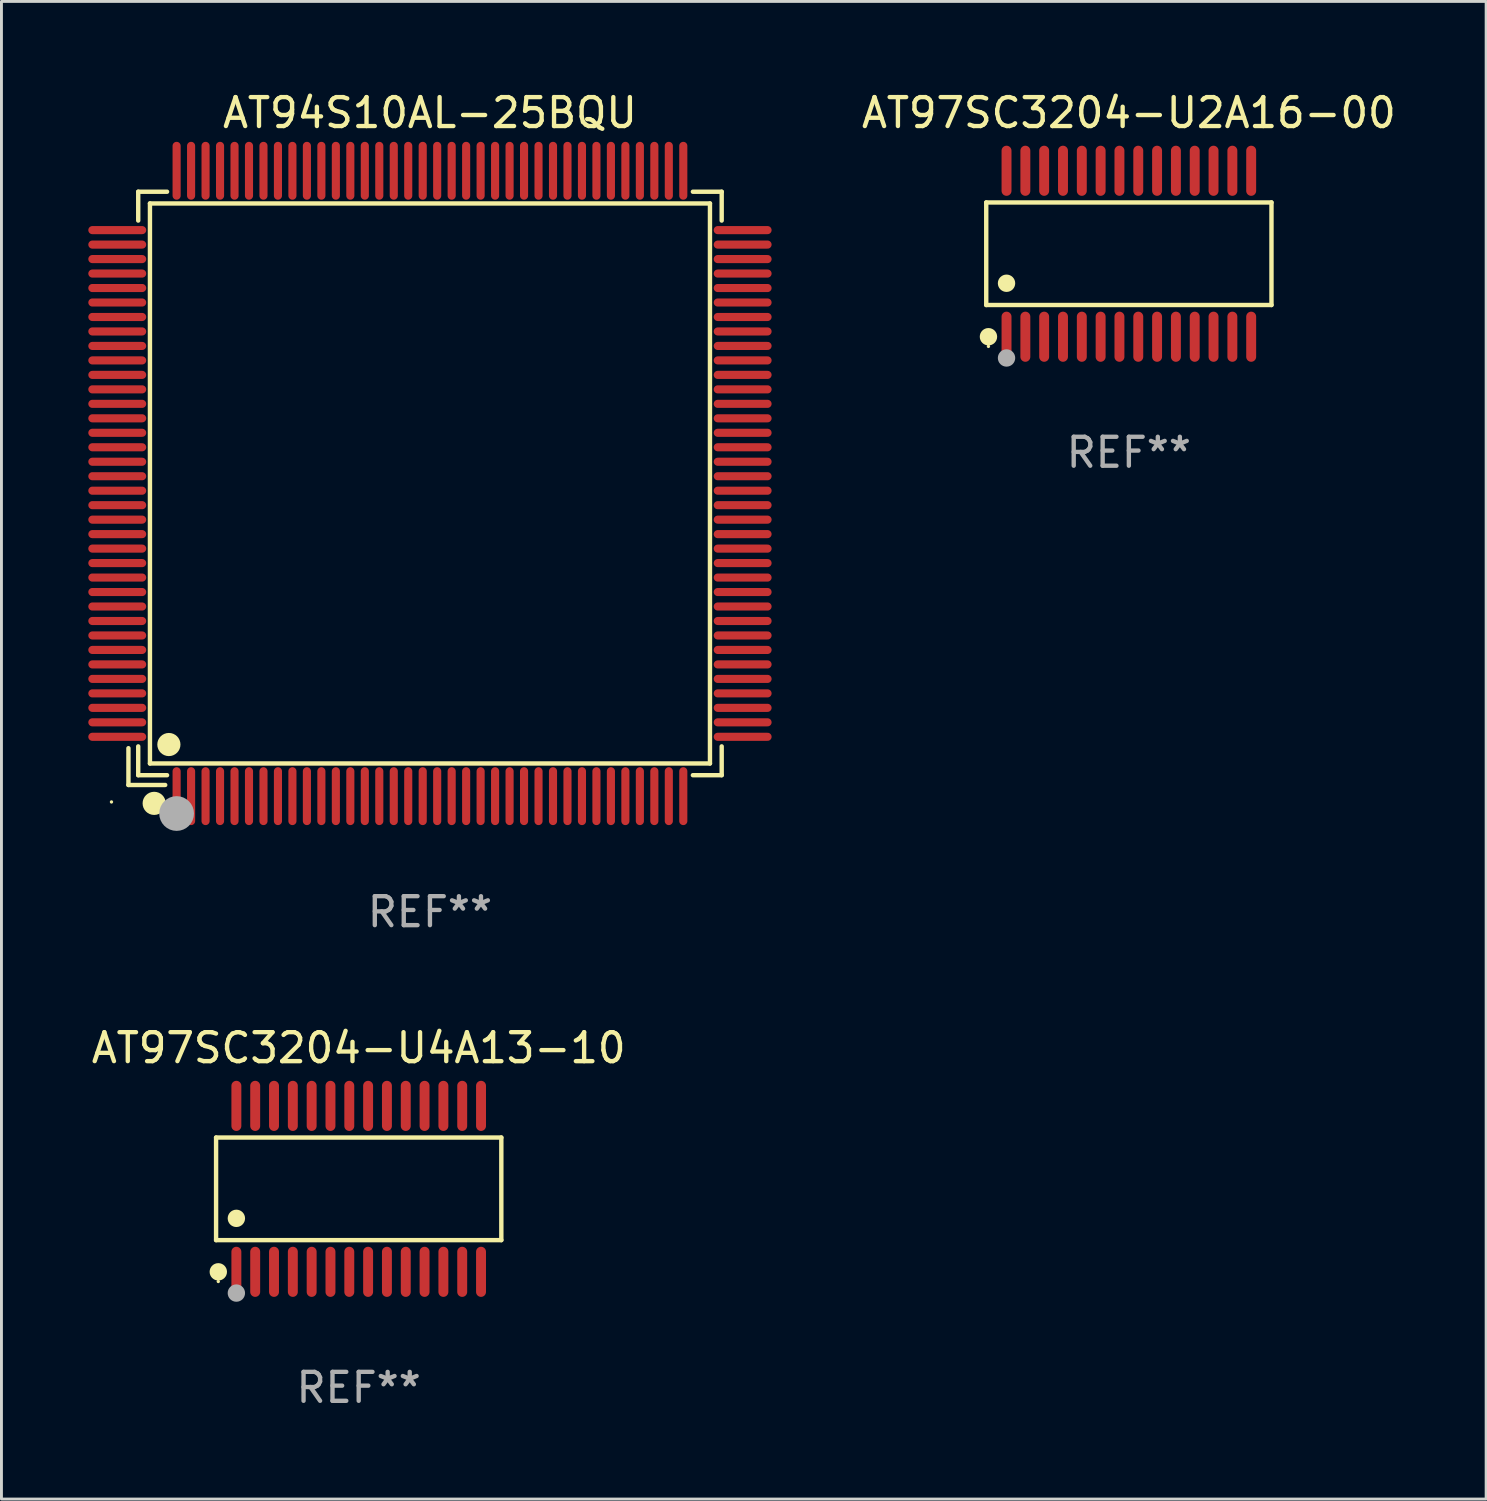
<source format=kicad_pcb>
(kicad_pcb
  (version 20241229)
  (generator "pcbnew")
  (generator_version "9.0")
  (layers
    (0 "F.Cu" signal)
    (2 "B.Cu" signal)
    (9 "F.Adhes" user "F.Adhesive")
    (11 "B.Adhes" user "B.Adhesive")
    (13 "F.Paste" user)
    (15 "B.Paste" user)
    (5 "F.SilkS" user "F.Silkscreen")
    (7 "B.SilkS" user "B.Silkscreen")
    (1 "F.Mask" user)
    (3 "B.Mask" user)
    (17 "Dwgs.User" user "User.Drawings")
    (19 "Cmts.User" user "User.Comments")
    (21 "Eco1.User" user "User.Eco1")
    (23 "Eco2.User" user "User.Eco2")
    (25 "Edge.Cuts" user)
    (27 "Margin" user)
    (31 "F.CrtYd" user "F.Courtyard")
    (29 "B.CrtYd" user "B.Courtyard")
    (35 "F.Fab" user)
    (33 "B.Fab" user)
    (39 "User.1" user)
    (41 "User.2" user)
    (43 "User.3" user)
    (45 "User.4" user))
  (footprint "AT97SC3204-U2A16-00"
    (layer "F.Cu")
    (at 35.939 5.714)
    (property "Reference" "AT97SC3204-U2A16-00" (at 0 -4.866 0) (layer "F.SilkS") (effects (font (size 1 1) (thickness 0.15))))
    (attr through_hole)
    (fp_line (start -4.926 -1.772) (end 4.926 -1.772) (stroke (width 0.152) (type solid)) (layer "F.SilkS"))
    (fp_line (start -4.926 1.771) (end -4.926 -1.772) (stroke (width 0.152) (type solid)) (layer "F.SilkS"))
    (fp_line (start 4.926 -1.772) (end 4.926 1.771) (stroke (width 0.152) (type solid)) (layer "F.SilkS"))
    (fp_line (start 4.926 1.771) (end -4.926 1.771) (stroke (width 0.152) (type solid)) (layer "F.SilkS"))
    (fp_circle (center -4.85 3.2) (end -4.82 3.2) (stroke (width 0.06) (type solid)) (fill no) (layer "F.SilkS"))
    (fp_circle (center -4.849 2.866) (end -4.699 2.866) (stroke (width 0.3) (type solid)) (fill no) (layer "F.SilkS"))
    (fp_circle (center -4.225 1.019) (end -4.075 1.019) (stroke (width 0.3) (type solid)) (fill no) (layer "F.SilkS"))
    (fp_circle (center -4.225 3.6) (end -4.075 3.6) (stroke (width 0.3) (type solid)) (fill no) (layer "F.Fab"))
    (fp_text user "REF**" (at 0 6.866 0) (layer "F.Fab") (effects (font (size 1 1) (thickness 0.15))))
    (pad "1" smd oval (at -4.225 2.866) (size 0.343 1.731) (layers "F.Cu" "F.Mask" "F.Paste"))
    (pad "2" smd oval (at -3.575 2.866) (size 0.343 1.731) (layers "F.Cu" "F.Mask" "F.Paste"))
    (pad "3" smd oval (at -2.925 2.866) (size 0.343 1.731) (layers "F.Cu" "F.Mask" "F.Paste"))
    (pad "4" smd oval (at -2.275 2.866) (size 0.343 1.731) (layers "F.Cu" "F.Mask" "F.Paste"))
    (pad "5" smd oval (at -1.625 2.866) (size 0.343 1.731) (layers "F.Cu" "F.Mask" "F.Paste"))
    (pad "6" smd oval (at -0.975 2.866) (size 0.343 1.731) (layers "F.Cu" "F.Mask" "F.Paste"))
    (pad "7" smd oval (at -0.325 2.866) (size 0.343 1.731) (layers "F.Cu" "F.Mask" "F.Paste"))
    (pad "8" smd oval (at 0.325 2.866) (size 0.343 1.731) (layers "F.Cu" "F.Mask" "F.Paste"))
    (pad "9" smd oval (at 0.975 2.866) (size 0.343 1.731) (layers "F.Cu" "F.Mask" "F.Paste"))
    (pad "10" smd oval (at 1.625 2.866) (size 0.343 1.731) (layers "F.Cu" "F.Mask" "F.Paste"))
    (pad "11" smd oval (at 2.275 2.866) (size 0.343 1.731) (layers "F.Cu" "F.Mask" "F.Paste"))
    (pad "12" smd oval (at 2.925 2.866) (size 0.343 1.731) (layers "F.Cu" "F.Mask" "F.Paste"))
    (pad "13" smd oval (at 3.575 2.866) (size 0.343 1.731) (layers "F.Cu" "F.Mask" "F.Paste"))
    (pad "14" smd oval (at 4.225 2.866) (size 0.343 1.731) (layers "F.Cu" "F.Mask" "F.Paste"))
    (pad "15" smd oval (at 4.225 -2.866) (size 0.343 1.731) (layers "F.Cu" "F.Mask" "F.Paste"))
    (pad "16" smd oval (at 3.575 -2.866) (size 0.343 1.731) (layers "F.Cu" "F.Mask" "F.Paste"))
    (pad "17" smd oval (at 2.925 -2.866) (size 0.343 1.731) (layers "F.Cu" "F.Mask" "F.Paste"))
    (pad "18" smd oval (at 2.275 -2.866) (size 0.343 1.731) (layers "F.Cu" "F.Mask" "F.Paste"))
    (pad "19" smd oval (at 1.625 -2.866) (size 0.343 1.731) (layers "F.Cu" "F.Mask" "F.Paste"))
    (pad "20" smd oval (at 0.975 -2.866) (size 0.343 1.731) (layers "F.Cu" "F.Mask" "F.Paste"))
    (pad "21" smd oval (at 0.325 -2.866) (size 0.343 1.731) (layers "F.Cu" "F.Mask" "F.Paste"))
    (pad "22" smd oval (at -0.325 -2.866) (size 0.343 1.731) (layers "F.Cu" "F.Mask" "F.Paste"))
    (pad "23" smd oval (at -0.975 -2.866) (size 0.343 1.731) (layers "F.Cu" "F.Mask" "F.Paste"))
    (pad "24" smd oval (at -1.625 -2.866) (size 0.343 1.731) (layers "F.Cu" "F.Mask" "F.Paste"))
    (pad "25" smd oval (at -2.275 -2.866) (size 0.343 1.731) (layers "F.Cu" "F.Mask" "F.Paste"))
    (pad "26" smd oval (at -2.925 -2.866) (size 0.343 1.731) (layers "F.Cu" "F.Mask" "F.Paste"))
    (pad "27" smd oval (at -3.575 -2.866) (size 0.343 1.731) (layers "F.Cu" "F.Mask" "F.Paste"))
    (pad "28" smd oval (at -4.225 -2.866) (size 0.343 1.731) (layers "F.Cu" "F.Mask" "F.Paste")))
  (footprint "AT97SC3204-U4A13-10"
    (layer "F.Cu")
    (at 9.339 38.011)
    (property "Reference" "AT97SC3204-U4A13-10" (at 0 -4.866 0) (layer "F.SilkS") (effects (font (size 1 1) (thickness 0.15))))
    (attr through_hole)
    (fp_line (start -4.926 -1.772) (end 4.926 -1.772) (stroke (width 0.152) (type solid)) (layer "F.SilkS"))
    (fp_line (start -4.926 1.771) (end -4.926 -1.772) (stroke (width 0.152) (type solid)) (layer "F.SilkS"))
    (fp_line (start 4.926 -1.772) (end 4.926 1.771) (stroke (width 0.152) (type solid)) (layer "F.SilkS"))
    (fp_line (start 4.926 1.771) (end -4.926 1.771) (stroke (width 0.152) (type solid)) (layer "F.SilkS"))
    (fp_circle (center -4.85 3.2) (end -4.82 3.2) (stroke (width 0.06) (type solid)) (fill no) (layer "F.SilkS"))
    (fp_circle (center -4.849 2.866) (end -4.699 2.866) (stroke (width 0.3) (type solid)) (fill no) (layer "F.SilkS"))
    (fp_circle (center -4.225 1.019) (end -4.075 1.019) (stroke (width 0.3) (type solid)) (fill no) (layer "F.SilkS"))
    (fp_circle (center -4.225 3.6) (end -4.075 3.6) (stroke (width 0.3) (type solid)) (fill no) (layer "F.Fab"))
    (fp_text user "REF**" (at 0 6.866 0) (layer "F.Fab") (effects (font (size 1 1) (thickness 0.15))))
    (pad "1" smd oval (at -4.225 2.866) (size 0.343 1.731) (layers "F.Cu" "F.Mask" "F.Paste"))
    (pad "2" smd oval (at -3.575 2.866) (size 0.343 1.731) (layers "F.Cu" "F.Mask" "F.Paste"))
    (pad "3" smd oval (at -2.925 2.866) (size 0.343 1.731) (layers "F.Cu" "F.Mask" "F.Paste"))
    (pad "4" smd oval (at -2.275 2.866) (size 0.343 1.731) (layers "F.Cu" "F.Mask" "F.Paste"))
    (pad "5" smd oval (at -1.625 2.866) (size 0.343 1.731) (layers "F.Cu" "F.Mask" "F.Paste"))
    (pad "6" smd oval (at -0.975 2.866) (size 0.343 1.731) (layers "F.Cu" "F.Mask" "F.Paste"))
    (pad "7" smd oval (at -0.325 2.866) (size 0.343 1.731) (layers "F.Cu" "F.Mask" "F.Paste"))
    (pad "8" smd oval (at 0.325 2.866) (size 0.343 1.731) (layers "F.Cu" "F.Mask" "F.Paste"))
    (pad "9" smd oval (at 0.975 2.866) (size 0.343 1.731) (layers "F.Cu" "F.Mask" "F.Paste"))
    (pad "10" smd oval (at 1.625 2.866) (size 0.343 1.731) (layers "F.Cu" "F.Mask" "F.Paste"))
    (pad "11" smd oval (at 2.275 2.866) (size 0.343 1.731) (layers "F.Cu" "F.Mask" "F.Paste"))
    (pad "12" smd oval (at 2.925 2.866) (size 0.343 1.731) (layers "F.Cu" "F.Mask" "F.Paste"))
    (pad "13" smd oval (at 3.575 2.866) (size 0.343 1.731) (layers "F.Cu" "F.Mask" "F.Paste"))
    (pad "14" smd oval (at 4.225 2.866) (size 0.343 1.731) (layers "F.Cu" "F.Mask" "F.Paste"))
    (pad "15" smd oval (at 4.225 -2.866) (size 0.343 1.731) (layers "F.Cu" "F.Mask" "F.Paste"))
    (pad "16" smd oval (at 3.575 -2.866) (size 0.343 1.731) (layers "F.Cu" "F.Mask" "F.Paste"))
    (pad "17" smd oval (at 2.925 -2.866) (size 0.343 1.731) (layers "F.Cu" "F.Mask" "F.Paste"))
    (pad "18" smd oval (at 2.275 -2.866) (size 0.343 1.731) (layers "F.Cu" "F.Mask" "F.Paste"))
    (pad "19" smd oval (at 1.625 -2.866) (size 0.343 1.731) (layers "F.Cu" "F.Mask" "F.Paste"))
    (pad "20" smd oval (at 0.975 -2.866) (size 0.343 1.731) (layers "F.Cu" "F.Mask" "F.Paste"))
    (pad "21" smd oval (at 0.325 -2.866) (size 0.343 1.731) (layers "F.Cu" "F.Mask" "F.Paste"))
    (pad "22" smd oval (at -0.325 -2.866) (size 0.343 1.731) (layers "F.Cu" "F.Mask" "F.Paste"))
    (pad "23" smd oval (at -0.975 -2.866) (size 0.343 1.731) (layers "F.Cu" "F.Mask" "F.Paste"))
    (pad "24" smd oval (at -1.625 -2.866) (size 0.343 1.731) (layers "F.Cu" "F.Mask" "F.Paste"))
    (pad "25" smd oval (at -2.275 -2.866) (size 0.343 1.731) (layers "F.Cu" "F.Mask" "F.Paste"))
    (pad "26" smd oval (at -2.925 -2.866) (size 0.343 1.731) (layers "F.Cu" "F.Mask" "F.Paste"))
    (pad "27" smd oval (at -3.575 -2.866) (size 0.343 1.731) (layers "F.Cu" "F.Mask" "F.Paste"))
    (pad "28" smd oval (at -4.225 -2.866) (size 0.343 1.731) (layers "F.Cu" "F.Mask" "F.Paste")))
  (footprint "AT94S10AL-25BQU"
    (layer "F.Cu")
    (at 11.8 13.648)
    (property "Reference" "AT94S10AL-25BQU" (at 0 -12.8 0) (layer "F.SilkS") (effects (font (size 1 1) (thickness 0.15))))
    (attr through_hole)
    (fp_line (start -10.414 9.144) (end -10.414 10.414) (stroke (width 0.152) (type solid)) (layer "F.SilkS"))
    (fp_line (start -10.414 10.414) (end -9.144 10.414) (stroke (width 0.152) (type solid)) (layer "F.SilkS"))
    (fp_line (start -10.076 -10.076) (end -9.08 -10.076) (stroke (width 0.152) (type solid)) (layer "F.SilkS"))
    (fp_line (start -10.076 -9.08) (end -10.076 -10.076) (stroke (width 0.152) (type solid)) (layer "F.SilkS"))
    (fp_line (start -10.076 9.081) (end -10.076 10.076) (stroke (width 0.152) (type solid)) (layer "F.SilkS"))
    (fp_line (start -10.076 10.076) (end -9.08 10.076) (stroke (width 0.152) (type solid)) (layer "F.SilkS"))
    (fp_line (start -9.671 -9.671) (end 9.671 -9.671) (stroke (width 0.152) (type solid)) (layer "F.SilkS"))
    (fp_line (start -9.671 9.671) (end -9.671 -9.671) (stroke (width 0.152) (type solid)) (layer "F.SilkS"))
    (fp_line (start 9.671 -9.671) (end 9.671 9.671) (stroke (width 0.152) (type solid)) (layer "F.SilkS"))
    (fp_line (start 9.671 9.671) (end -9.671 9.671) (stroke (width 0.152) (type solid)) (layer "F.SilkS"))
    (fp_line (start 10.076 -10.076) (end 9.081 -10.076) (stroke (width 0.152) (type solid)) (layer "F.SilkS"))
    (fp_line (start 10.076 -9.08) (end 10.076 -10.076) (stroke (width 0.152) (type solid)) (layer "F.SilkS"))
    (fp_line (start 10.076 9.081) (end 10.076 10.076) (stroke (width 0.152) (type solid)) (layer "F.SilkS"))
    (fp_line (start 10.076 10.076) (end 9.081 10.076) (stroke (width 0.152) (type solid)) (layer "F.SilkS"))
    (fp_circle (center -11 11) (end -10.97 11) (stroke (width 0.06) (type solid)) (fill no) (layer "F.SilkS"))
    (fp_circle (center -9.525 11.049) (end -9.325 11.049) (stroke (width 0.4) (type solid)) (fill no) (layer "F.SilkS"))
    (fp_circle (center -9.017 9.017) (end -8.817 9.017) (stroke (width 0.4) (type solid)) (fill no) (layer "F.SilkS"))
    (fp_circle (center -8.75 11.4) (end -8.45 11.4) (stroke (width 0.6) (type solid)) (fill no) (layer "F.Fab"))
    (fp_text user "REF**" (at 0 14.8 0) (layer "F.Fab") (effects (font (size 1 1) (thickness 0.15))))
    (pad "1" smd oval (at -8.75 10.8) (size 0.28 2) (layers "F.Cu" "F.Mask" "F.Paste"))
    (pad "2" smd oval (at -8.25 10.8) (size 0.28 2) (layers "F.Cu" "F.Mask" "F.Paste"))
    (pad "3" smd oval (at -7.75 10.8) (size 0.28 2) (layers "F.Cu" "F.Mask" "F.Paste"))
    (pad "4" smd oval (at -7.25 10.8) (size 0.28 2) (layers "F.Cu" "F.Mask" "F.Paste"))
    (pad "5" smd oval (at -6.75 10.8) (size 0.28 2) (layers "F.Cu" "F.Mask" "F.Paste"))
    (pad "6" smd oval (at -6.25 10.8) (size 0.28 2) (layers "F.Cu" "F.Mask" "F.Paste"))
    (pad "7" smd oval (at -5.75 10.8) (size 0.28 2) (layers "F.Cu" "F.Mask" "F.Paste"))
    (pad "8" smd oval (at -5.25 10.8) (size 0.28 2) (layers "F.Cu" "F.Mask" "F.Paste"))
    (pad "9" smd oval (at -4.75 10.8) (size 0.28 2) (layers "F.Cu" "F.Mask" "F.Paste"))
    (pad "10" smd oval (at -4.25 10.8) (size 0.28 2) (layers "F.Cu" "F.Mask" "F.Paste"))
    (pad "11" smd oval (at -3.75 10.8) (size 0.28 2) (layers "F.Cu" "F.Mask" "F.Paste"))
    (pad "12" smd oval (at -3.25 10.8) (size 0.28 2) (layers "F.Cu" "F.Mask" "F.Paste"))
    (pad "13" smd oval (at -2.75 10.8) (size 0.28 2) (layers "F.Cu" "F.Mask" "F.Paste"))
    (pad "14" smd oval (at -2.25 10.8) (size 0.28 2) (layers "F.Cu" "F.Mask" "F.Paste"))
    (pad "15" smd oval (at -1.75 10.8) (size 0.28 2) (layers "F.Cu" "F.Mask" "F.Paste"))
    (pad "16" smd oval (at -1.25 10.8) (size 0.28 2) (layers "F.Cu" "F.Mask" "F.Paste"))
    (pad "17" smd oval (at -0.75 10.8) (size 0.28 2) (layers "F.Cu" "F.Mask" "F.Paste"))
    (pad "18" smd oval (at -0.25 10.8) (size 0.28 2) (layers "F.Cu" "F.Mask" "F.Paste"))
    (pad "19" smd oval (at 0.25 10.8) (size 0.28 2) (layers "F.Cu" "F.Mask" "F.Paste"))
    (pad "20" smd oval (at 0.75 10.8) (size 0.28 2) (layers "F.Cu" "F.Mask" "F.Paste"))
    (pad "21" smd oval (at 1.25 10.8) (size 0.28 2) (layers "F.Cu" "F.Mask" "F.Paste"))
    (pad "22" smd oval (at 1.75 10.8) (size 0.28 2) (layers "F.Cu" "F.Mask" "F.Paste"))
    (pad "23" smd oval (at 2.25 10.8) (size 0.28 2) (layers "F.Cu" "F.Mask" "F.Paste"))
    (pad "24" smd oval (at 2.75 10.8) (size 0.28 2) (layers "F.Cu" "F.Mask" "F.Paste"))
    (pad "25" smd oval (at 3.25 10.8) (size 0.28 2) (layers "F.Cu" "F.Mask" "F.Paste"))
    (pad "26" smd oval (at 3.75 10.8) (size 0.28 2) (layers "F.Cu" "F.Mask" "F.Paste"))
    (pad "27" smd oval (at 4.25 10.8) (size 0.28 2) (layers "F.Cu" "F.Mask" "F.Paste"))
    (pad "28" smd oval (at 4.75 10.8) (size 0.28 2) (layers "F.Cu" "F.Mask" "F.Paste"))
    (pad "29" smd oval (at 5.25 10.8) (size 0.28 2) (layers "F.Cu" "F.Mask" "F.Paste"))
    (pad "30" smd oval (at 5.75 10.8) (size 0.28 2) (layers "F.Cu" "F.Mask" "F.Paste"))
    (pad "31" smd oval (at 6.25 10.8) (size 0.28 2) (layers "F.Cu" "F.Mask" "F.Paste"))
    (pad "32" smd oval (at 6.75 10.8) (size 0.28 2) (layers "F.Cu" "F.Mask" "F.Paste"))
    (pad "33" smd oval (at 7.25 10.8) (size 0.28 2) (layers "F.Cu" "F.Mask" "F.Paste"))
    (pad "34" smd oval (at 7.75 10.8) (size 0.28 2) (layers "F.Cu" "F.Mask" "F.Paste"))
    (pad "35" smd oval (at 8.25 10.8) (size 0.28 2) (layers "F.Cu" "F.Mask" "F.Paste"))
    (pad "36" smd oval (at 8.75 10.8) (size 0.28 2) (layers "F.Cu" "F.Mask" "F.Paste"))
    (pad "37" smd oval (at 10.8 8.75) (size 2 0.28) (layers "F.Cu" "F.Mask" "F.Paste"))
    (pad "38" smd oval (at 10.8 8.25) (size 2 0.28) (layers "F.Cu" "F.Mask" "F.Paste"))
    (pad "39" smd oval (at 10.8 7.75) (size 2 0.28) (layers "F.Cu" "F.Mask" "F.Paste"))
    (pad "40" smd oval (at 10.8 7.25) (size 2 0.28) (layers "F.Cu" "F.Mask" "F.Paste"))
    (pad "41" smd oval (at 10.8 6.75) (size 2 0.28) (layers "F.Cu" "F.Mask" "F.Paste"))
    (pad "42" smd oval (at 10.8 6.25) (size 2 0.28) (layers "F.Cu" "F.Mask" "F.Paste"))
    (pad "43" smd oval (at 10.8 5.75) (size 2 0.28) (layers "F.Cu" "F.Mask" "F.Paste"))
    (pad "44" smd oval (at 10.8 5.25) (size 2 0.28) (layers "F.Cu" "F.Mask" "F.Paste"))
    (pad "45" smd oval (at 10.8 4.75) (size 2 0.28) (layers "F.Cu" "F.Mask" "F.Paste"))
    (pad "46" smd oval (at 10.8 4.25) (size 2 0.28) (layers "F.Cu" "F.Mask" "F.Paste"))
    (pad "47" smd oval (at 10.8 3.75) (size 2 0.28) (layers "F.Cu" "F.Mask" "F.Paste"))
    (pad "48" smd oval (at 10.8 3.25) (size 2 0.28) (layers "F.Cu" "F.Mask" "F.Paste"))
    (pad "49" smd oval (at 10.8 2.75) (size 2 0.28) (layers "F.Cu" "F.Mask" "F.Paste"))
    (pad "50" smd oval (at 10.8 2.25) (size 2 0.28) (layers "F.Cu" "F.Mask" "F.Paste"))
    (pad "51" smd oval (at 10.8 1.75) (size 2 0.28) (layers "F.Cu" "F.Mask" "F.Paste"))
    (pad "52" smd oval (at 10.8 1.25) (size 2 0.28) (layers "F.Cu" "F.Mask" "F.Paste"))
    (pad "53" smd oval (at 10.8 0.75) (size 2 0.28) (layers "F.Cu" "F.Mask" "F.Paste"))
    (pad "54" smd oval (at 10.8 0.25) (size 2 0.28) (layers "F.Cu" "F.Mask" "F.Paste"))
    (pad "55" smd oval (at 10.8 -0.25) (size 2 0.28) (layers "F.Cu" "F.Mask" "F.Paste"))
    (pad "56" smd oval (at 10.8 -0.75) (size 2 0.28) (layers "F.Cu" "F.Mask" "F.Paste"))
    (pad "57" smd oval (at 10.8 -1.25) (size 2 0.28) (layers "F.Cu" "F.Mask" "F.Paste"))
    (pad "58" smd oval (at 10.8 -1.75) (size 2 0.28) (layers "F.Cu" "F.Mask" "F.Paste"))
    (pad "59" smd oval (at 10.8 -2.25) (size 2 0.28) (layers "F.Cu" "F.Mask" "F.Paste"))
    (pad "60" smd oval (at 10.8 -2.75) (size 2 0.28) (layers "F.Cu" "F.Mask" "F.Paste"))
    (pad "61" smd oval (at 10.8 -3.25) (size 2 0.28) (layers "F.Cu" "F.Mask" "F.Paste"))
    (pad "62" smd oval (at 10.8 -3.75) (size 2 0.28) (layers "F.Cu" "F.Mask" "F.Paste"))
    (pad "63" smd oval (at 10.8 -4.25) (size 2 0.28) (layers "F.Cu" "F.Mask" "F.Paste"))
    (pad "64" smd oval (at 10.8 -4.75) (size 2 0.28) (layers "F.Cu" "F.Mask" "F.Paste"))
    (pad "65" smd oval (at 10.8 -5.25) (size 2 0.28) (layers "F.Cu" "F.Mask" "F.Paste"))
    (pad "66" smd oval (at 10.8 -5.75) (size 2 0.28) (layers "F.Cu" "F.Mask" "F.Paste"))
    (pad "67" smd oval (at 10.8 -6.25) (size 2 0.28) (layers "F.Cu" "F.Mask" "F.Paste"))
    (pad "68" smd oval (at 10.8 -6.75) (size 2 0.28) (layers "F.Cu" "F.Mask" "F.Paste"))
    (pad "69" smd oval (at 10.8 -7.25) (size 2 0.28) (layers "F.Cu" "F.Mask" "F.Paste"))
    (pad "70" smd oval (at 10.8 -7.75) (size 2 0.28) (layers "F.Cu" "F.Mask" "F.Paste"))
    (pad "71" smd oval (at 10.8 -8.25) (size 2 0.28) (layers "F.Cu" "F.Mask" "F.Paste"))
    (pad "72" smd oval (at 10.8 -8.75) (size 2 0.28) (layers "F.Cu" "F.Mask" "F.Paste"))
    (pad "73" smd oval (at 8.75 -10.8) (size 0.28 2) (layers "F.Cu" "F.Mask" "F.Paste"))
    (pad "74" smd oval (at 8.25 -10.8) (size 0.28 2) (layers "F.Cu" "F.Mask" "F.Paste"))
    (pad "75" smd oval (at 7.75 -10.8) (size 0.28 2) (layers "F.Cu" "F.Mask" "F.Paste"))
    (pad "76" smd oval (at 7.25 -10.8) (size 0.28 2) (layers "F.Cu" "F.Mask" "F.Paste"))
    (pad "77" smd oval (at 6.75 -10.8) (size 0.28 2) (layers "F.Cu" "F.Mask" "F.Paste"))
    (pad "78" smd oval (at 6.25 -10.8) (size 0.28 2) (layers "F.Cu" "F.Mask" "F.Paste"))
    (pad "79" smd oval (at 5.75 -10.8) (size 0.28 2) (layers "F.Cu" "F.Mask" "F.Paste"))
    (pad "80" smd oval (at 5.25 -10.8) (size 0.28 2) (layers "F.Cu" "F.Mask" "F.Paste"))
    (pad "81" smd oval (at 4.75 -10.8) (size 0.28 2) (layers "F.Cu" "F.Mask" "F.Paste"))
    (pad "82" smd oval (at 4.25 -10.8) (size 0.28 2) (layers "F.Cu" "F.Mask" "F.Paste"))
    (pad "83" smd oval (at 3.75 -10.8) (size 0.28 2) (layers "F.Cu" "F.Mask" "F.Paste"))
    (pad "84" smd oval (at 3.25 -10.8) (size 0.28 2) (layers "F.Cu" "F.Mask" "F.Paste"))
    (pad "85" smd oval (at 2.75 -10.8) (size 0.28 2) (layers "F.Cu" "F.Mask" "F.Paste"))
    (pad "86" smd oval (at 2.25 -10.8) (size 0.28 2) (layers "F.Cu" "F.Mask" "F.Paste"))
    (pad "87" smd oval (at 1.75 -10.8) (size 0.28 2) (layers "F.Cu" "F.Mask" "F.Paste"))
    (pad "88" smd oval (at 1.25 -10.8) (size 0.28 2) (layers "F.Cu" "F.Mask" "F.Paste"))
    (pad "89" smd oval (at 0.75 -10.8) (size 0.28 2) (layers "F.Cu" "F.Mask" "F.Paste"))
    (pad "90" smd oval (at 0.25 -10.8) (size 0.28 2) (layers "F.Cu" "F.Mask" "F.Paste"))
    (pad "91" smd oval (at -0.25 -10.8) (size 0.28 2) (layers "F.Cu" "F.Mask" "F.Paste"))
    (pad "92" smd oval (at -0.75 -10.8) (size 0.28 2) (layers "F.Cu" "F.Mask" "F.Paste"))
    (pad "93" smd oval (at -1.25 -10.8) (size 0.28 2) (layers "F.Cu" "F.Mask" "F.Paste"))
    (pad "94" smd oval (at -1.75 -10.8) (size 0.28 2) (layers "F.Cu" "F.Mask" "F.Paste"))
    (pad "95" smd oval (at -2.25 -10.8) (size 0.28 2) (layers "F.Cu" "F.Mask" "F.Paste"))
    (pad "96" smd oval (at -2.75 -10.8) (size 0.28 2) (layers "F.Cu" "F.Mask" "F.Paste"))
    (pad "97" smd oval (at -3.25 -10.8) (size 0.28 2) (layers "F.Cu" "F.Mask" "F.Paste"))
    (pad "98" smd oval (at -3.75 -10.8) (size 0.28 2) (layers "F.Cu" "F.Mask" "F.Paste"))
    (pad "99" smd oval (at -4.25 -10.8) (size 0.28 2) (layers "F.Cu" "F.Mask" "F.Paste"))
    (pad "100" smd oval (at -4.75 -10.8) (size 0.28 2) (layers "F.Cu" "F.Mask" "F.Paste"))
    (pad "101" smd oval (at -5.25 -10.8) (size 0.28 2) (layers "F.Cu" "F.Mask" "F.Paste"))
    (pad "102" smd oval (at -5.75 -10.8) (size 0.28 2) (layers "F.Cu" "F.Mask" "F.Paste"))
    (pad "103" smd oval (at -6.25 -10.8) (size 0.28 2) (layers "F.Cu" "F.Mask" "F.Paste"))
    (pad "104" smd oval (at -6.75 -10.8) (size 0.28 2) (layers "F.Cu" "F.Mask" "F.Paste"))
    (pad "105" smd oval (at -7.25 -10.8) (size 0.28 2) (layers "F.Cu" "F.Mask" "F.Paste"))
    (pad "106" smd oval (at -7.75 -10.8) (size 0.28 2) (layers "F.Cu" "F.Mask" "F.Paste"))
    (pad "107" smd oval (at -8.25 -10.8) (size 0.28 2) (layers "F.Cu" "F.Mask" "F.Paste"))
    (pad "108" smd oval (at -8.75 -10.8) (size 0.28 2) (layers "F.Cu" "F.Mask" "F.Paste"))
    (pad "109" smd oval (at -10.8 -8.75) (size 2 0.28) (layers "F.Cu" "F.Mask" "F.Paste"))
    (pad "110" smd oval (at -10.8 -8.25) (size 2 0.28) (layers "F.Cu" "F.Mask" "F.Paste"))
    (pad "111" smd oval (at -10.8 -7.75) (size 2 0.28) (layers "F.Cu" "F.Mask" "F.Paste"))
    (pad "112" smd oval (at -10.8 -7.25) (size 2 0.28) (layers "F.Cu" "F.Mask" "F.Paste"))
    (pad "113" smd oval (at -10.8 -6.75) (size 2 0.28) (layers "F.Cu" "F.Mask" "F.Paste"))
    (pad "114" smd oval (at -10.8 -6.25) (size 2 0.28) (layers "F.Cu" "F.Mask" "F.Paste"))
    (pad "115" smd oval (at -10.8 -5.75) (size 2 0.28) (layers "F.Cu" "F.Mask" "F.Paste"))
    (pad "116" smd oval (at -10.8 -5.25) (size 2 0.28) (layers "F.Cu" "F.Mask" "F.Paste"))
    (pad "117" smd oval (at -10.8 -4.75) (size 2 0.28) (layers "F.Cu" "F.Mask" "F.Paste"))
    (pad "118" smd oval (at -10.8 -4.25) (size 2 0.28) (layers "F.Cu" "F.Mask" "F.Paste"))
    (pad "119" smd oval (at -10.8 -3.75) (size 2 0.28) (layers "F.Cu" "F.Mask" "F.Paste"))
    (pad "120" smd oval (at -10.8 -3.25) (size 2 0.28) (layers "F.Cu" "F.Mask" "F.Paste"))
    (pad "121" smd oval (at -10.8 -2.75) (size 2 0.28) (layers "F.Cu" "F.Mask" "F.Paste"))
    (pad "122" smd oval (at -10.8 -2.25) (size 2 0.28) (layers "F.Cu" "F.Mask" "F.Paste"))
    (pad "123" smd oval (at -10.8 -1.75) (size 2 0.28) (layers "F.Cu" "F.Mask" "F.Paste"))
    (pad "124" smd oval (at -10.8 -1.25) (size 2 0.28) (layers "F.Cu" "F.Mask" "F.Paste"))
    (pad "125" smd oval (at -10.8 -0.75) (size 2 0.28) (layers "F.Cu" "F.Mask" "F.Paste"))
    (pad "126" smd oval (at -10.8 -0.25) (size 2 0.28) (layers "F.Cu" "F.Mask" "F.Paste"))
    (pad "127" smd oval (at -10.8 0.25) (size 2 0.28) (layers "F.Cu" "F.Mask" "F.Paste"))
    (pad "128" smd oval (at -10.8 0.75) (size 2 0.28) (layers "F.Cu" "F.Mask" "F.Paste"))
    (pad "129" smd oval (at -10.8 1.25) (size 2 0.28) (layers "F.Cu" "F.Mask" "F.Paste"))
    (pad "130" smd oval (at -10.8 1.75) (size 2 0.28) (layers "F.Cu" "F.Mask" "F.Paste"))
    (pad "131" smd oval (at -10.8 2.25) (size 2 0.28) (layers "F.Cu" "F.Mask" "F.Paste"))
    (pad "132" smd oval (at -10.8 2.75) (size 2 0.28) (layers "F.Cu" "F.Mask" "F.Paste"))
    (pad "133" smd oval (at -10.8 3.25) (size 2 0.28) (layers "F.Cu" "F.Mask" "F.Paste"))
    (pad "134" smd oval (at -10.8 3.75) (size 2 0.28) (layers "F.Cu" "F.Mask" "F.Paste"))
    (pad "135" smd oval (at -10.8 4.25) (size 2 0.28) (layers "F.Cu" "F.Mask" "F.Paste"))
    (pad "136" smd oval (at -10.8 4.75) (size 2 0.28) (layers "F.Cu" "F.Mask" "F.Paste"))
    (pad "137" smd oval (at -10.8 5.25) (size 2 0.28) (layers "F.Cu" "F.Mask" "F.Paste"))
    (pad "138" smd oval (at -10.8 5.75) (size 2 0.28) (layers "F.Cu" "F.Mask" "F.Paste"))
    (pad "139" smd oval (at -10.8 6.25) (size 2 0.28) (layers "F.Cu" "F.Mask" "F.Paste"))
    (pad "140" smd oval (at -10.8 6.75) (size 2 0.28) (layers "F.Cu" "F.Mask" "F.Paste"))
    (pad "141" smd oval (at -10.8 7.25) (size 2 0.28) (layers "F.Cu" "F.Mask" "F.Paste"))
    (pad "142" smd oval (at -10.8 7.75) (size 2 0.28) (layers "F.Cu" "F.Mask" "F.Paste"))
    (pad "143" smd oval (at -10.8 8.25) (size 2 0.28) (layers "F.Cu" "F.Mask" "F.Paste"))
    (pad "144" smd oval (at -10.8 8.75) (size 2 0.28) (layers "F.Cu" "F.Mask" "F.Paste")))
  (gr_rect
    (start -3 -3)
    (end 48.279 48.725)
    (stroke (width 0.1) (type default))
    (fill no)
    (layer "Edge.Cuts")))
</source>
